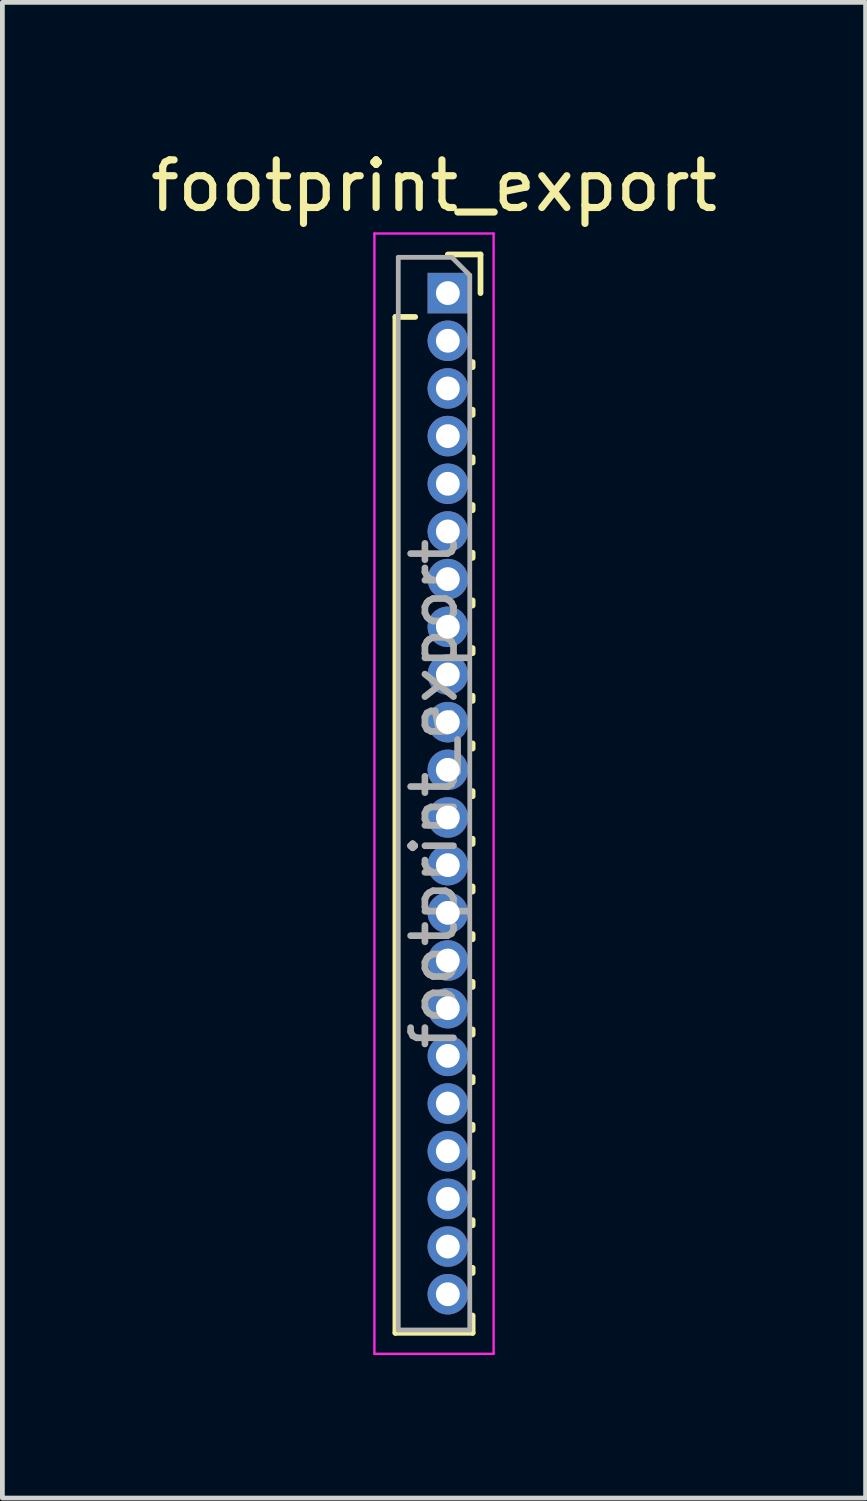
<source format=kicad_pcb>
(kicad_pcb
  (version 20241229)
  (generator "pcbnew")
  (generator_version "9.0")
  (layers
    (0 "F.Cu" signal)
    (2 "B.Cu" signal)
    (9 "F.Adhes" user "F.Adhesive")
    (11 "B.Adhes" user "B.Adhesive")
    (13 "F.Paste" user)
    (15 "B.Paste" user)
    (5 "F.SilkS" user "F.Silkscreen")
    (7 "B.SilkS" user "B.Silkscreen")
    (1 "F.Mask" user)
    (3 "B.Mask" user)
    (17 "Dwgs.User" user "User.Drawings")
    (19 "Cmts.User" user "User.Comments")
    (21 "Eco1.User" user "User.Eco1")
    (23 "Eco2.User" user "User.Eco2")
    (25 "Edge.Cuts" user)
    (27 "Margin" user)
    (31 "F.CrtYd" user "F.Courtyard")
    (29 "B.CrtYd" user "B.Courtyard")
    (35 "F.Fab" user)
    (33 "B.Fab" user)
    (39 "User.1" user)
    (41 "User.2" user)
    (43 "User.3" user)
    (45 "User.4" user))
  (footprint "footprint_export"
    (layer "F.Cu")
    (at 6.344 3.098)
    (property "Reference" "footprint_export" (at -0.29 -2.25 0) (layer "F.SilkS") (effects (font (size 1 1) (thickness 0.15))))
    (attr through_hole)
    (fp_line (start -1.1 0.5) (end -1.1 21.81) (stroke (width 0.12) (type solid)) (layer "F.SilkS"))
    (fp_line (start -1.1 0.5) (end -0.685 0.5) (stroke (width 0.12) (type solid)) (layer "F.SilkS"))
    (fp_line (start -1.1 21.81) (end 0.52 21.81) (stroke (width 0.12) (type solid)) (layer "F.SilkS"))
    (fp_line (start 0 -0.81) (end 0.685 -0.81) (stroke (width 0.12) (type solid)) (layer "F.SilkS"))
    (fp_line (start 0.52 1.446) (end 0.52 1.554) (stroke (width 0.12) (type solid)) (layer "F.SilkS"))
    (fp_line (start 0.52 2.446) (end 0.52 2.554) (stroke (width 0.12) (type solid)) (layer "F.SilkS"))
    (fp_line (start 0.52 3.446) (end 0.52 3.554) (stroke (width 0.12) (type solid)) (layer "F.SilkS"))
    (fp_line (start 0.52 4.446) (end 0.52 4.554) (stroke (width 0.12) (type solid)) (layer "F.SilkS"))
    (fp_line (start 0.52 5.446) (end 0.52 5.554) (stroke (width 0.12) (type solid)) (layer "F.SilkS"))
    (fp_line (start 0.52 6.446) (end 0.52 6.554) (stroke (width 0.12) (type solid)) (layer "F.SilkS"))
    (fp_line (start 0.52 7.446) (end 0.52 7.554) (stroke (width 0.12) (type solid)) (layer "F.SilkS"))
    (fp_line (start 0.52 8.446) (end 0.52 8.554) (stroke (width 0.12) (type solid)) (layer "F.SilkS"))
    (fp_line (start 0.52 9.446) (end 0.52 9.554) (stroke (width 0.12) (type solid)) (layer "F.SilkS"))
    (fp_line (start 0.52 10.446) (end 0.52 10.554) (stroke (width 0.12) (type solid)) (layer "F.SilkS"))
    (fp_line (start 0.52 11.446) (end 0.52 11.554) (stroke (width 0.12) (type solid)) (layer "F.SilkS"))
    (fp_line (start 0.52 12.446) (end 0.52 12.554) (stroke (width 0.12) (type solid)) (layer "F.SilkS"))
    (fp_line (start 0.52 13.446) (end 0.52 13.554) (stroke (width 0.12) (type solid)) (layer "F.SilkS"))
    (fp_line (start 0.52 14.446) (end 0.52 14.554) (stroke (width 0.12) (type solid)) (layer "F.SilkS"))
    (fp_line (start 0.52 15.446) (end 0.52 15.554) (stroke (width 0.12) (type solid)) (layer "F.SilkS"))
    (fp_line (start 0.52 16.446) (end 0.52 16.554) (stroke (width 0.12) (type solid)) (layer "F.SilkS"))
    (fp_line (start 0.52 17.446) (end 0.52 17.554) (stroke (width 0.12) (type solid)) (layer "F.SilkS"))
    (fp_line (start 0.52 18.446) (end 0.52 18.554) (stroke (width 0.12) (type solid)) (layer "F.SilkS"))
    (fp_line (start 0.52 19.446) (end 0.52 19.554) (stroke (width 0.12) (type solid)) (layer "F.SilkS"))
    (fp_line (start 0.52 20.446) (end 0.52 20.554) (stroke (width 0.12) (type solid)) (layer "F.SilkS"))
    (fp_line (start 0.52 21.446) (end 0.52 21.81) (stroke (width 0.12) (type solid)) (layer "F.SilkS"))
    (fp_line (start 0.685 -0.81) (end 0.685 0) (stroke (width 0.12) (type solid)) (layer "F.SilkS"))
    (fp_line (start -1.54 -1.25) (end 0.96 -1.25) (stroke (width 0.05) (type solid)) (layer "F.CrtYd"))
    (fp_line (start -1.54 22.25) (end -1.54 -1.25) (stroke (width 0.05) (type solid)) (layer "F.CrtYd"))
    (fp_line (start 0.96 -1.25) (end 0.96 22.25) (stroke (width 0.05) (type solid)) (layer "F.CrtYd"))
    (fp_line (start 0.96 22.25) (end -1.54 22.25) (stroke (width 0.05) (type solid)) (layer "F.CrtYd"))
    (fp_line (start -1.04 -0.75) (end 0.085 -0.75) (stroke (width 0.1) (type solid)) (layer "F.Fab"))
    (fp_line (start -1.04 21.75) (end -1.04 -0.75) (stroke (width 0.1) (type solid)) (layer "F.Fab"))
    (fp_line (start 0.085 -0.75) (end 0.46 -0.375) (stroke (width 0.1) (type solid)) (layer "F.Fab"))
    (fp_line (start 0.46 -0.375) (end 0.46 21.75) (stroke (width 0.1) (type solid)) (layer "F.Fab"))
    (fp_line (start 0.46 21.75) (end -1.04 21.75) (stroke (width 0.1) (type solid)) (layer "F.Fab"))
    (fp_text user "${REFERENCE}" (at -0.29 10.5 90) (layer "F.Fab") (effects (font (size 0.9 0.9) (thickness 0.14))))
    (pad "1" thru_hole rect (at 0 0) (size 0.85 0.85) (drill 0.5) (layers "*.Cu" "*.Mask"))
    (pad "2" thru_hole oval (at 0 1) (size 0.85 0.85) (drill 0.5) (layers "*.Cu" "*.Mask"))
    (pad "3" thru_hole oval (at 0 2) (size 0.85 0.85) (drill 0.5) (layers "*.Cu" "*.Mask"))
    (pad "4" thru_hole oval (at 0 3) (size 0.85 0.85) (drill 0.5) (layers "*.Cu" "*.Mask"))
    (pad "5" thru_hole oval (at 0 4) (size 0.85 0.85) (drill 0.5) (layers "*.Cu" "*.Mask"))
    (pad "6" thru_hole oval (at 0 5) (size 0.85 0.85) (drill 0.5) (layers "*.Cu" "*.Mask"))
    (pad "7" thru_hole oval (at 0 6) (size 0.85 0.85) (drill 0.5) (layers "*.Cu" "*.Mask"))
    (pad "8" thru_hole oval (at 0 7) (size 0.85 0.85) (drill 0.5) (layers "*.Cu" "*.Mask"))
    (pad "9" thru_hole oval (at 0 8) (size 0.85 0.85) (drill 0.5) (layers "*.Cu" "*.Mask"))
    (pad "10" thru_hole oval (at 0 9) (size 0.85 0.85) (drill 0.5) (layers "*.Cu" "*.Mask"))
    (pad "11" thru_hole oval (at 0 10) (size 0.85 0.85) (drill 0.5) (layers "*.Cu" "*.Mask"))
    (pad "12" thru_hole oval (at 0 11) (size 0.85 0.85) (drill 0.5) (layers "*.Cu" "*.Mask"))
    (pad "13" thru_hole oval (at 0 12) (size 0.85 0.85) (drill 0.5) (layers "*.Cu" "*.Mask"))
    (pad "14" thru_hole oval (at 0 13) (size 0.85 0.85) (drill 0.5) (layers "*.Cu" "*.Mask"))
    (pad "15" thru_hole oval (at 0 14) (size 0.85 0.85) (drill 0.5) (layers "*.Cu" "*.Mask"))
    (pad "16" thru_hole oval (at 0 15) (size 0.85 0.85) (drill 0.5) (layers "*.Cu" "*.Mask"))
    (pad "17" thru_hole oval (at 0 16) (size 0.85 0.85) (drill 0.5) (layers "*.Cu" "*.Mask"))
    (pad "18" thru_hole oval (at 0 17) (size 0.85 0.85) (drill 0.5) (layers "*.Cu" "*.Mask"))
    (pad "19" thru_hole oval (at 0 18) (size 0.85 0.85) (drill 0.5) (layers "*.Cu" "*.Mask"))
    (pad "20" thru_hole oval (at 0 19) (size 0.85 0.85) (drill 0.5) (layers "*.Cu" "*.Mask"))
    (pad "21" thru_hole oval (at 0 20) (size 0.85 0.85) (drill 0.5) (layers "*.Cu" "*.Mask"))
    (pad "22" thru_hole oval (at 0 21) (size 0.85 0.85) (drill 0.5) (layers "*.Cu" "*.Mask")))
  (gr_rect
    (start -3 -3)
    (end 15.107 28.373)
    (stroke (width 0.1) (type default))
    (fill no)
    (layer "Edge.Cuts")))
</source>
